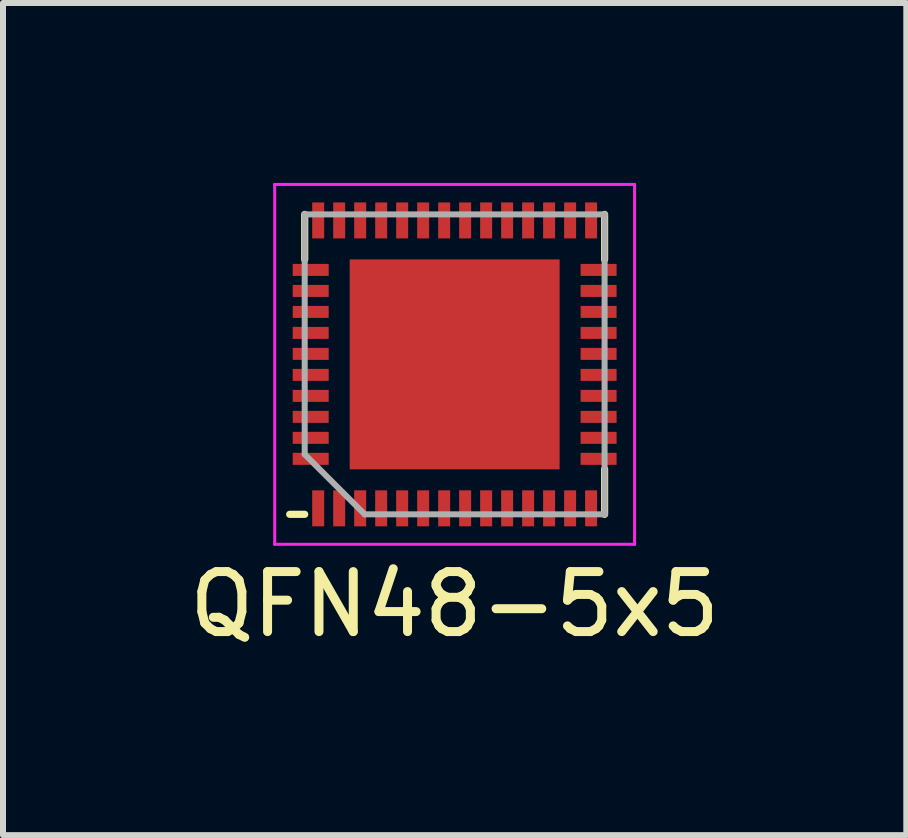
<source format=kicad_pcb>
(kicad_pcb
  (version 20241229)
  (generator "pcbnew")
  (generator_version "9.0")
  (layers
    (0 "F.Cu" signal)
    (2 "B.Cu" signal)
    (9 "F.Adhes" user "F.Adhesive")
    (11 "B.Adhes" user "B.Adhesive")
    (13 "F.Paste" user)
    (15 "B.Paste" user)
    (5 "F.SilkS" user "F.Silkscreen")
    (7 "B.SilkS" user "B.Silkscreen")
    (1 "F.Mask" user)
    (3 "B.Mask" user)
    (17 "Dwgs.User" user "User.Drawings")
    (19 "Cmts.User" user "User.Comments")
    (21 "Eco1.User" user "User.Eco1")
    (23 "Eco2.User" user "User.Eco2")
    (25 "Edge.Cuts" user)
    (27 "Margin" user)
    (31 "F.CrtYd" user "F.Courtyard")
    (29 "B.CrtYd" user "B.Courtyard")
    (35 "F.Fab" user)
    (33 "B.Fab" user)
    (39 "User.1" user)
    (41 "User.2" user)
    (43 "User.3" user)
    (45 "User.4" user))
  (footprint "QFN48-5x5"
    (layer "F.Cu")
    (at 4.53 3.025)
    (property "Reference" "QFN48-5x5" (at 0 4 0) (layer "F.SilkS") (effects (font (size 1 1) (thickness 0.15))))
    (attr through_hole)
    (fp_line (start -2.5 -1.75) (end -2.5 -2.5) (stroke (width 0.12) (type solid)) (layer "F.SilkS"))
    (fp_line (start -2.5 2.5) (end -2.75 2.5) (stroke (width 0.12) (type solid)) (layer "F.SilkS"))
    (fp_line (start 2.5 -2.5) (end 2.5 -1.75) (stroke (width 0.12) (type solid)) (layer "F.SilkS"))
    (fp_line (start 2.5 1.75) (end 2.5 2.5) (stroke (width 0.12) (type solid)) (layer "F.SilkS"))
    (fp_line (start -3 -3) (end 3 -3) (stroke (width 0.05) (type solid)) (layer "F.CrtYd"))
    (fp_line (start -3 3) (end -3 -3) (stroke (width 0.05) (type solid)) (layer "F.CrtYd"))
    (fp_line (start 3 -3) (end 3 3) (stroke (width 0.05) (type solid)) (layer "F.CrtYd"))
    (fp_line (start 3 3) (end -3 3) (stroke (width 0.05) (type solid)) (layer "F.CrtYd"))
    (fp_line (start -2.5 -2.5) (end -2.5 1.5) (stroke (width 0.1) (type solid)) (layer "F.Fab"))
    (fp_line (start -2.5 1.5) (end -1.5 2.5) (stroke (width 0.1) (type solid)) (layer "F.Fab"))
    (fp_line (start -1.5 2.5) (end 2.5 2.5) (stroke (width 0.1) (type solid)) (layer "F.Fab"))
    (fp_line (start 2.5 -2.5) (end -2.5 -2.5) (stroke (width 0.1) (type solid)) (layer "F.Fab"))
    (fp_line (start 2.5 2.5) (end 2.5 -2.5) (stroke (width 0.1) (type solid)) (layer "F.Fab"))
    (pad "1" smd rect (at -2.275 2.4) (size 0.2 0.6) (layers "F.Cu" "F.Mask" "F.Paste"))
    (pad "2" smd rect (at -1.925 2.4) (size 0.2 0.6) (layers "F.Cu" "F.Mask" "F.Paste"))
    (pad "3" smd rect (at -1.575 2.4) (size 0.2 0.6) (layers "F.Cu" "F.Mask" "F.Paste"))
    (pad "4" smd rect (at -1.225 2.4) (size 0.2 0.6) (layers "F.Cu" "F.Mask" "F.Paste"))
    (pad "5" smd rect (at -0.875 2.4) (size 0.2 0.6) (layers "F.Cu" "F.Mask" "F.Paste"))
    (pad "6" smd rect (at -0.525 2.4) (size 0.2 0.6) (layers "F.Cu" "F.Mask" "F.Paste"))
    (pad "7" smd rect (at -0.175 2.4) (size 0.2 0.6) (layers "F.Cu" "F.Mask" "F.Paste"))
    (pad "8" smd rect (at 0.175 2.4) (size 0.2 0.6) (layers "F.Cu" "F.Mask" "F.Paste"))
    (pad "9" smd rect (at 0.525 2.4) (size 0.2 0.6) (layers "F.Cu" "F.Mask" "F.Paste"))
    (pad "10" smd rect (at 0.875 2.4) (size 0.2 0.6) (layers "F.Cu" "F.Mask" "F.Paste"))
    (pad "11" smd rect (at 1.225 2.4) (size 0.2 0.6) (layers "F.Cu" "F.Mask" "F.Paste"))
    (pad "12" smd rect (at 1.575 2.4) (size 0.2 0.6) (layers "F.Cu" "F.Mask" "F.Paste"))
    (pad "13" smd rect (at 1.925 2.4) (size 0.2 0.6) (layers "F.Cu" "F.Mask" "F.Paste"))
    (pad "14" smd rect (at 2.275 2.4) (size 0.2 0.6) (layers "F.Cu" "F.Mask" "F.Paste"))
    (pad "15" smd rect (at 2.4 1.575 90) (size 0.2 0.6) (layers "F.Cu" "F.Mask" "F.Paste"))
    (pad "16" smd rect (at 2.4 1.225 90) (size 0.2 0.6) (layers "F.Cu" "F.Mask" "F.Paste"))
    (pad "17" smd rect (at 2.4 0.875 90) (size 0.2 0.6) (layers "F.Cu" "F.Mask" "F.Paste"))
    (pad "18" smd rect (at 2.4 0.525 90) (size 0.2 0.6) (layers "F.Cu" "F.Mask" "F.Paste"))
    (pad "19" smd rect (at 2.4 0.175 90) (size 0.2 0.6) (layers "F.Cu" "F.Mask" "F.Paste"))
    (pad "20" smd rect (at 2.4 -0.175 90) (size 0.2 0.6) (layers "F.Cu" "F.Mask" "F.Paste"))
    (pad "21" smd rect (at 2.4 -0.525 90) (size 0.2 0.6) (layers "F.Cu" "F.Mask" "F.Paste"))
    (pad "22" smd rect (at 2.4 -0.875 90) (size 0.2 0.6) (layers "F.Cu" "F.Mask" "F.Paste"))
    (pad "23" smd rect (at 2.4 -1.225 90) (size 0.2 0.6) (layers "F.Cu" "F.Mask" "F.Paste"))
    (pad "24" smd rect (at 2.4 -1.575 90) (size 0.2 0.6) (layers "F.Cu" "F.Mask" "F.Paste"))
    (pad "25" smd rect (at 2.275 -2.4 180) (size 0.2 0.6) (layers "F.Cu" "F.Mask" "F.Paste"))
    (pad "26" smd rect (at 1.925 -2.4 180) (size 0.2 0.6) (layers "F.Cu" "F.Mask" "F.Paste"))
    (pad "27" smd rect (at 1.575 -2.4 180) (size 0.2 0.6) (layers "F.Cu" "F.Mask" "F.Paste"))
    (pad "28" smd rect (at 1.225 -2.4 180) (size 0.2 0.6) (layers "F.Cu" "F.Mask" "F.Paste"))
    (pad "29" smd rect (at 0.875 -2.4 180) (size 0.2 0.6) (layers "F.Cu" "F.Mask" "F.Paste"))
    (pad "30" smd rect (at 0.525 -2.4 180) (size 0.2 0.6) (layers "F.Cu" "F.Mask" "F.Paste"))
    (pad "31" smd rect (at 0.175 -2.4 180) (size 0.2 0.6) (layers "F.Cu" "F.Mask" "F.Paste"))
    (pad "32" smd rect (at -0.175 -2.4 180) (size 0.2 0.6) (layers "F.Cu" "F.Mask" "F.Paste"))
    (pad "33" smd rect (at -0.525 -2.4 180) (size 0.2 0.6) (layers "F.Cu" "F.Mask" "F.Paste"))
    (pad "34" smd rect (at -0.875 -2.4 180) (size 0.2 0.6) (layers "F.Cu" "F.Mask" "F.Paste"))
    (pad "35" smd rect (at -1.225 -2.4 180) (size 0.2 0.6) (layers "F.Cu" "F.Mask" "F.Paste"))
    (pad "36" smd rect (at -1.575 -2.4 180) (size 0.2 0.6) (layers "F.Cu" "F.Mask" "F.Paste"))
    (pad "37" smd rect (at -1.925 -2.4 180) (size 0.2 0.6) (layers "F.Cu" "F.Mask" "F.Paste"))
    (pad "38" smd rect (at -2.275 -2.4 180) (size 0.2 0.6) (layers "F.Cu" "F.Mask" "F.Paste"))
    (pad "39" smd rect (at -2.4 -1.575 270) (size 0.2 0.6) (layers "F.Cu" "F.Mask" "F.Paste"))
    (pad "40" smd rect (at -2.4 -1.225 270) (size 0.2 0.6) (layers "F.Cu" "F.Mask" "F.Paste"))
    (pad "41" smd rect (at -2.4 -0.875 270) (size 0.2 0.6) (layers "F.Cu" "F.Mask" "F.Paste"))
    (pad "42" smd rect (at -2.4 -0.525 270) (size 0.2 0.6) (layers "F.Cu" "F.Mask" "F.Paste"))
    (pad "43" smd rect (at -2.4 -0.175 270) (size 0.2 0.6) (layers "F.Cu" "F.Mask" "F.Paste"))
    (pad "44" smd rect (at -2.4 0.175 270) (size 0.2 0.6) (layers "F.Cu" "F.Mask" "F.Paste"))
    (pad "45" smd rect (at -2.4 0.525 270) (size 0.2 0.6) (layers "F.Cu" "F.Mask" "F.Paste"))
    (pad "46" smd rect (at -2.4 0.875 270) (size 0.2 0.6) (layers "F.Cu" "F.Mask" "F.Paste"))
    (pad "47" smd rect (at -2.4 1.225 270) (size 0.2 0.6) (layers "F.Cu" "F.Mask" "F.Paste"))
    (pad "48" smd rect (at -2.4 1.575 270) (size 0.2 0.6) (layers "F.Cu" "F.Mask" "F.Paste"))
    (pad "49" smd rect (at 0 0 270) (size 3.5 3.5) (layers "F.Cu" "F.Mask" "F.Paste")))
  (gr_rect
    (start -3 -3)
    (end 12.06 10.873)
    (stroke (width 0.1) (type default))
    (fill no)
    (layer "Edge.Cuts")))
</source>
